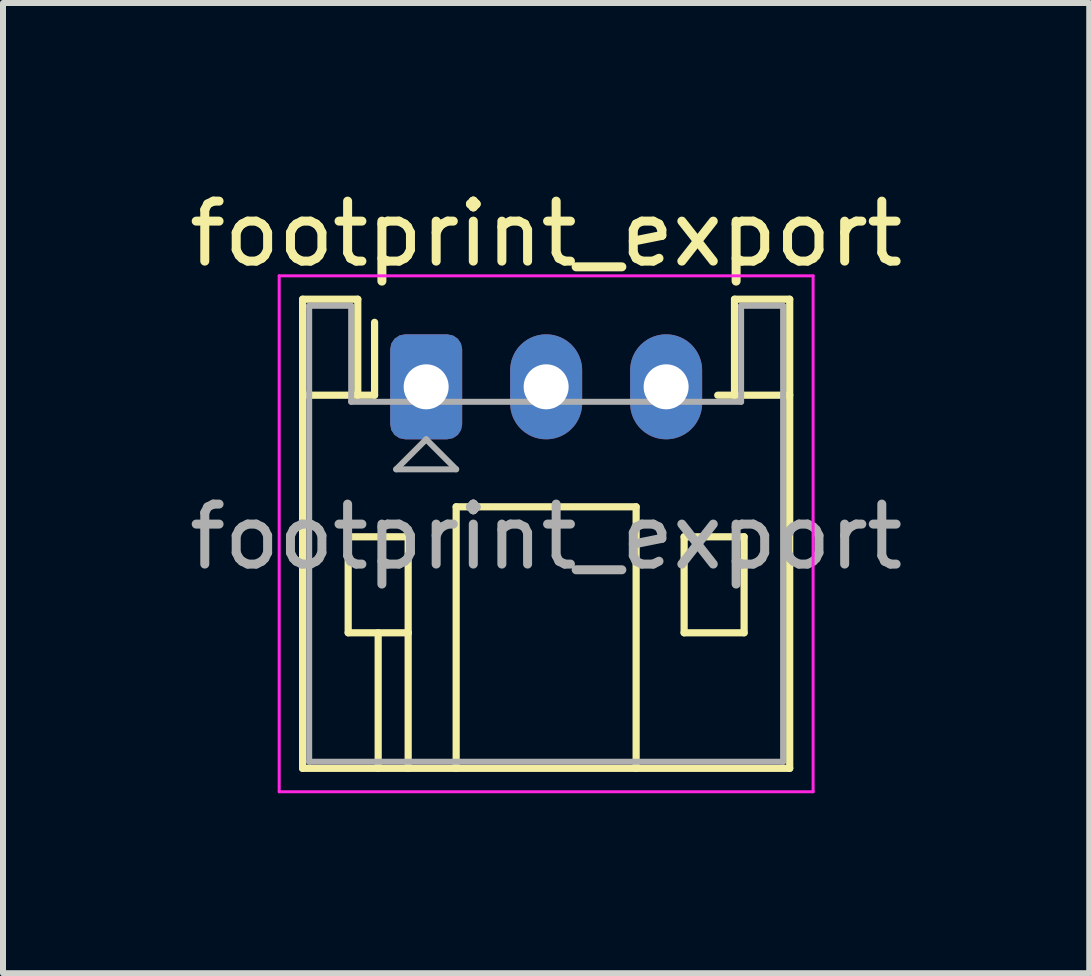
<source format=kicad_pcb>
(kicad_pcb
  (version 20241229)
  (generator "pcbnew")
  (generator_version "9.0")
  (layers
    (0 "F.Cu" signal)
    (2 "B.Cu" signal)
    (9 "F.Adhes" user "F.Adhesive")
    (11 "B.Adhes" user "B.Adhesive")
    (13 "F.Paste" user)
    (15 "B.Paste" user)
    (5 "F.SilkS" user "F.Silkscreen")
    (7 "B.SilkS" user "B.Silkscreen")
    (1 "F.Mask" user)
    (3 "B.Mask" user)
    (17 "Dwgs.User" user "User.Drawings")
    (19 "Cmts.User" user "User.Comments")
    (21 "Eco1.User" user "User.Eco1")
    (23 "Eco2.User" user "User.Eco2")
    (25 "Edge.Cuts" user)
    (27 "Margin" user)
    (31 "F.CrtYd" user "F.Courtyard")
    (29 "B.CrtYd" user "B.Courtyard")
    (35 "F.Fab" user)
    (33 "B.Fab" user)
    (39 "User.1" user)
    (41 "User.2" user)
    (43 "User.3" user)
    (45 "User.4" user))
  (footprint "footprint_export"
    (layer "F.Cu")
    (at 4.054 3.398)
    (property "Reference" "footprint_export" (at 2 -2.55 0) (layer "F.SilkS") (effects (font (size 1 1) (thickness 0.15))))
    (attr through_hole)
    (fp_line (start -2.06 -1.46) (end -2.06 6.36) (stroke (width 0.12) (type solid)) (layer "F.SilkS"))
    (fp_line (start -2.06 0.14) (end -1.14 0.14) (stroke (width 0.12) (type solid)) (layer "F.SilkS"))
    (fp_line (start -2.06 6.36) (end 6.06 6.36) (stroke (width 0.12) (type solid)) (layer "F.SilkS"))
    (fp_line (start -1.3 2.5) (end -1.3 4.1) (stroke (width 0.12) (type solid)) (layer "F.SilkS"))
    (fp_line (start -1.3 4.1) (end -0.3 4.1) (stroke (width 0.12) (type solid)) (layer "F.SilkS"))
    (fp_line (start -1.14 -1.46) (end -2.06 -1.46) (stroke (width 0.12) (type solid)) (layer "F.SilkS"))
    (fp_line (start -1.14 0.14) (end -1.14 -1.46) (stroke (width 0.12) (type solid)) (layer "F.SilkS"))
    (fp_line (start -0.86 0.14) (end -1.14 0.14) (stroke (width 0.12) (type solid)) (layer "F.SilkS"))
    (fp_line (start -0.86 0.14) (end -0.86 -1.075) (stroke (width 0.12) (type solid)) (layer "F.SilkS"))
    (fp_line (start -0.8 4.1) (end -0.8 6.36) (stroke (width 0.12) (type solid)) (layer "F.SilkS"))
    (fp_line (start -0.3 2.5) (end -1.3 2.5) (stroke (width 0.12) (type solid)) (layer "F.SilkS"))
    (fp_line (start -0.3 4.1) (end -0.3 2.5) (stroke (width 0.12) (type solid)) (layer "F.SilkS"))
    (fp_line (start -0.3 4.1) (end -0.3 6.36) (stroke (width 0.12) (type solid)) (layer "F.SilkS"))
    (fp_line (start 0.5 2) (end 3.5 2) (stroke (width 0.12) (type solid)) (layer "F.SilkS"))
    (fp_line (start 0.5 6.36) (end 0.5 2) (stroke (width 0.12) (type solid)) (layer "F.SilkS"))
    (fp_line (start 3.5 2) (end 3.5 6.36) (stroke (width 0.12) (type solid)) (layer "F.SilkS"))
    (fp_line (start 4.3 2.5) (end 5.3 2.5) (stroke (width 0.12) (type solid)) (layer "F.SilkS"))
    (fp_line (start 4.3 4.1) (end 4.3 2.5) (stroke (width 0.12) (type solid)) (layer "F.SilkS"))
    (fp_line (start 5.14 -1.46) (end 5.14 0.14) (stroke (width 0.12) (type solid)) (layer "F.SilkS"))
    (fp_line (start 5.14 0.14) (end 4.86 0.14) (stroke (width 0.12) (type solid)) (layer "F.SilkS"))
    (fp_line (start 5.3 2.5) (end 5.3 4.1) (stroke (width 0.12) (type solid)) (layer "F.SilkS"))
    (fp_line (start 5.3 4.1) (end 4.3 4.1) (stroke (width 0.12) (type solid)) (layer "F.SilkS"))
    (fp_line (start 6.06 -1.46) (end 5.14 -1.46) (stroke (width 0.12) (type solid)) (layer "F.SilkS"))
    (fp_line (start 6.06 0.14) (end 5.14 0.14) (stroke (width 0.12) (type solid)) (layer "F.SilkS"))
    (fp_line (start 6.06 6.36) (end 6.06 -1.46) (stroke (width 0.12) (type solid)) (layer "F.SilkS"))
    (fp_line (start -2.45 -1.85) (end -2.45 6.75) (stroke (width 0.05) (type solid)) (layer "F.CrtYd"))
    (fp_line (start -2.45 6.75) (end 6.45 6.75) (stroke (width 0.05) (type solid)) (layer "F.CrtYd"))
    (fp_line (start 6.45 -1.85) (end -2.45 -1.85) (stroke (width 0.05) (type solid)) (layer "F.CrtYd"))
    (fp_line (start 6.45 6.75) (end 6.45 -1.85) (stroke (width 0.05) (type solid)) (layer "F.CrtYd"))
    (fp_line (start -1.95 -1.35) (end -1.95 6.25) (stroke (width 0.1) (type solid)) (layer "F.Fab"))
    (fp_line (start -1.95 6.25) (end 5.95 6.25) (stroke (width 0.1) (type solid)) (layer "F.Fab"))
    (fp_line (start -1.25 -1.35) (end -1.95 -1.35) (stroke (width 0.1) (type solid)) (layer "F.Fab"))
    (fp_line (start -1.25 0.25) (end -1.25 -1.35) (stroke (width 0.1) (type solid)) (layer "F.Fab"))
    (fp_line (start -0.5 1.375) (end 0.5 1.375) (stroke (width 0.1) (type solid)) (layer "F.Fab"))
    (fp_line (start 0 0.875) (end -0.5 1.375) (stroke (width 0.1) (type solid)) (layer "F.Fab"))
    (fp_line (start 0.5 1.375) (end 0 0.875) (stroke (width 0.1) (type solid)) (layer "F.Fab"))
    (fp_line (start 5.25 -1.35) (end 5.25 0.25) (stroke (width 0.1) (type solid)) (layer "F.Fab"))
    (fp_line (start 5.25 0.25) (end -1.25 0.25) (stroke (width 0.1) (type solid)) (layer "F.Fab"))
    (fp_line (start 5.95 -1.35) (end 5.25 -1.35) (stroke (width 0.1) (type solid)) (layer "F.Fab"))
    (fp_line (start 5.95 6.25) (end 5.95 -1.35) (stroke (width 0.1) (type solid)) (layer "F.Fab"))
    (fp_text user "${REFERENCE}" (at 2 2.5 0) (layer "F.Fab") (effects (font (size 1 1) (thickness 0.15))))
    (pad "1" thru_hole roundrect (at 0 0) (size 1.2 1.75) (drill 0.75) (layers "*.Cu" "*.Mask") (roundrect_rratio 0.208))
    (pad "2" thru_hole oval (at 2 0) (size 1.2 1.75) (drill 0.75) (layers "*.Cu" "*.Mask"))
    (pad "3" thru_hole oval (at 4 0) (size 1.2 1.75) (drill 0.75) (layers "*.Cu" "*.Mask")))
  (gr_rect
    (start -3 -3)
    (end 15.107 13.173)
    (stroke (width 0.1) (type default))
    (fill no)
    (layer "Edge.Cuts")))
</source>
